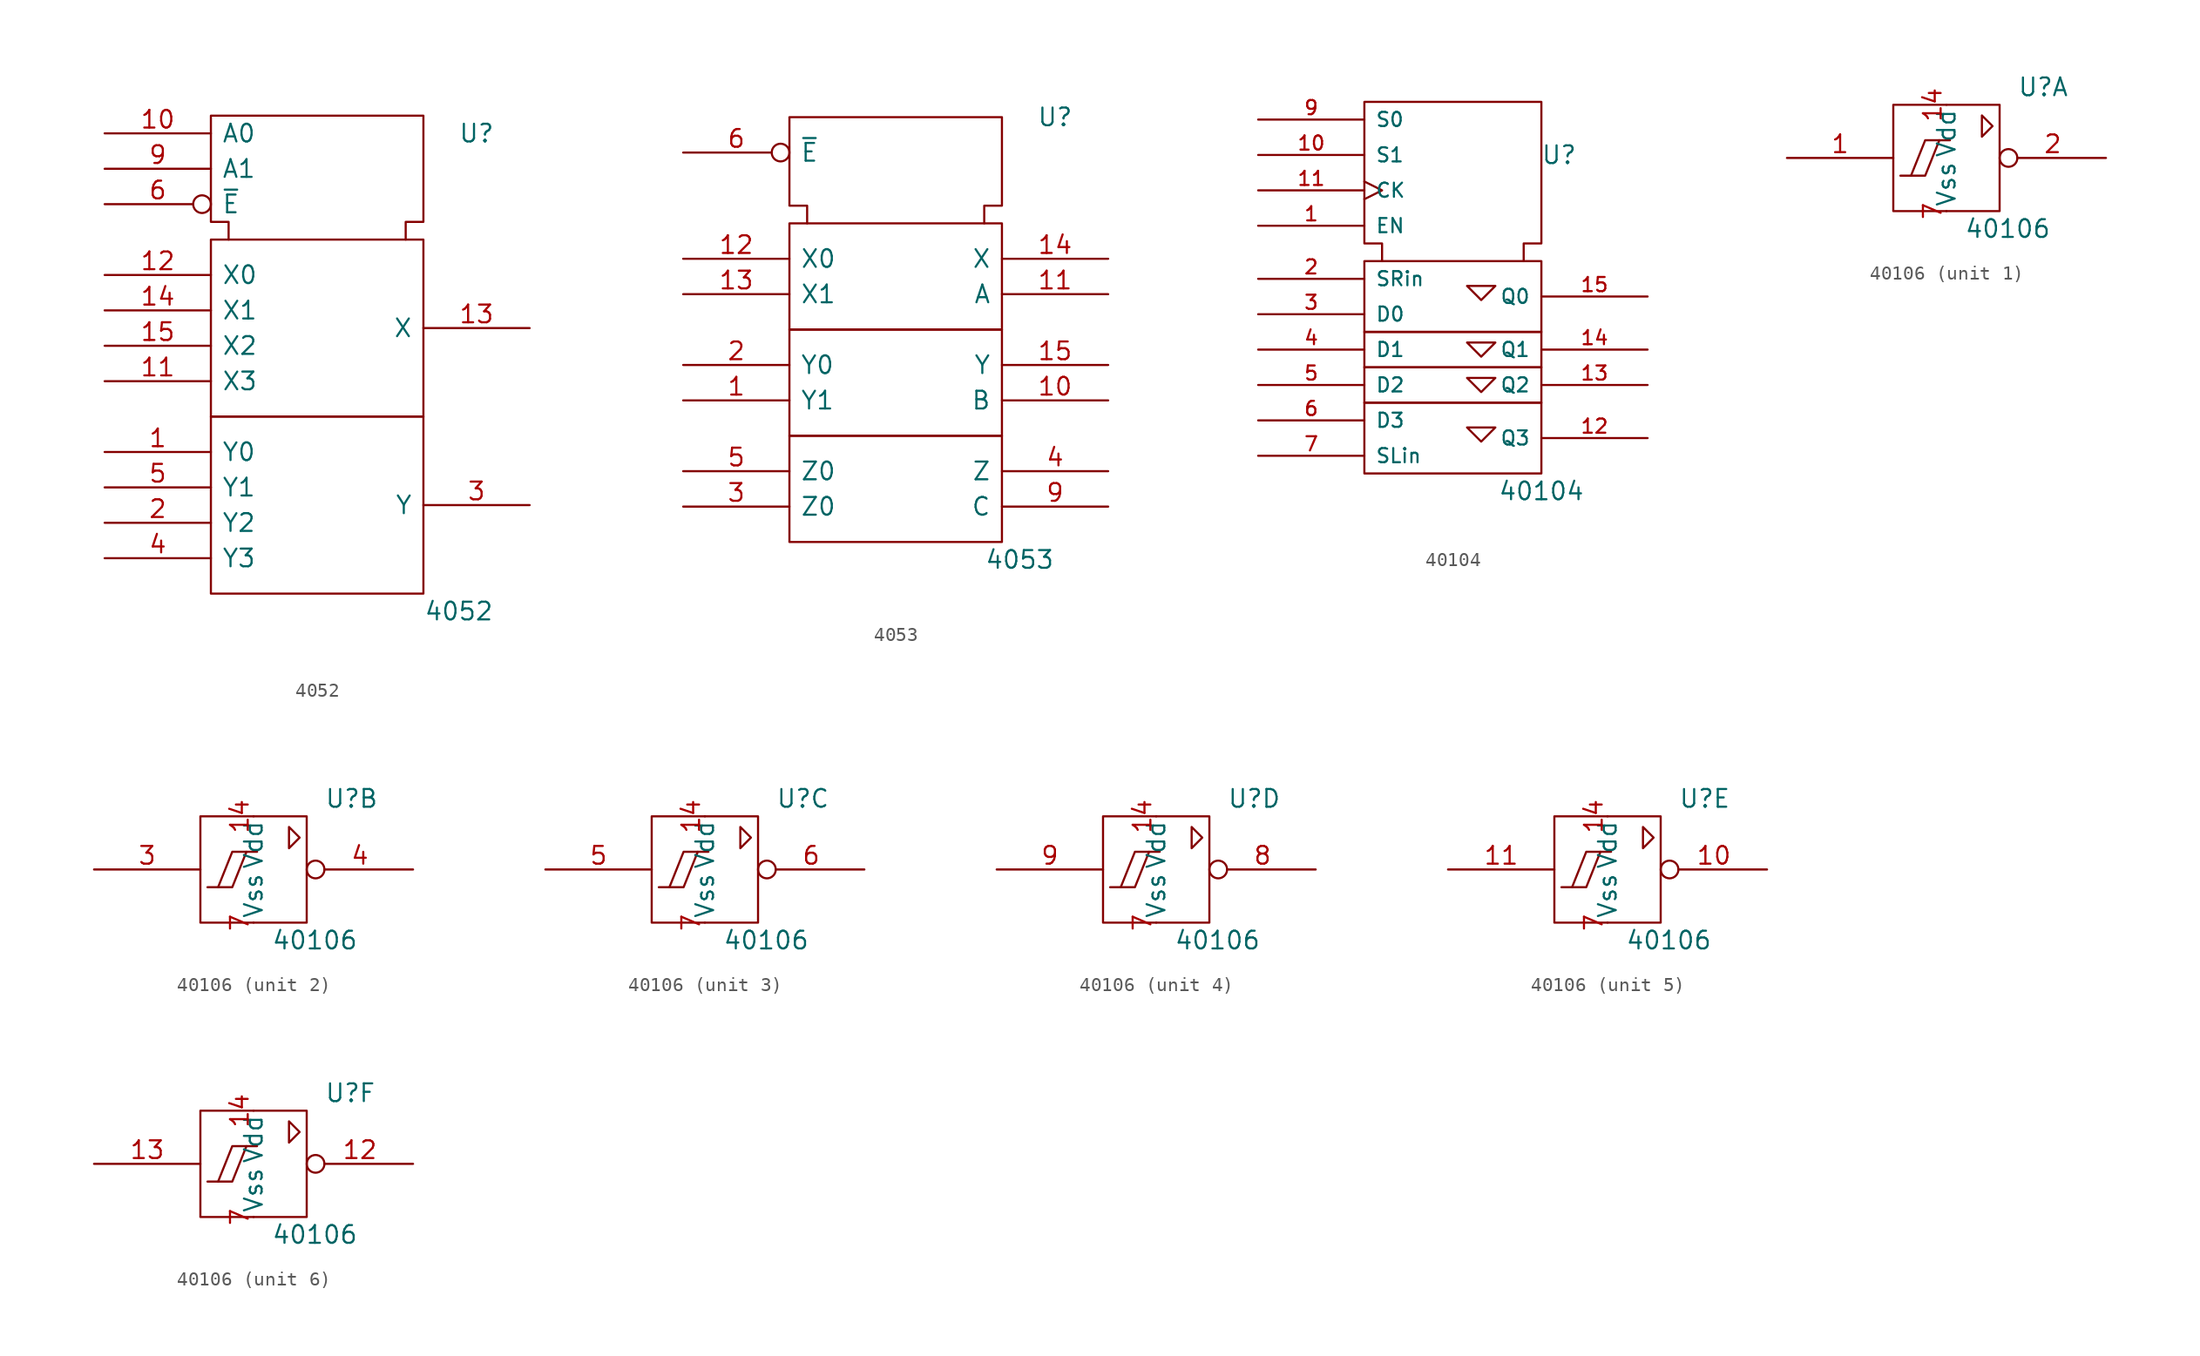
<source format=kicad_sym>
(kicad_symbol_lib
  (version 20201005)
  (generator kicad_symbol_editor)
  (symbol "4xxx_IEEE:4052"
    (pin_names
      (offset 0.762))
    (property "Reference" "U"
      (at 11.43 15.24 0)
      (effects (font (size 1.27 1.27))))
    (property "Value" "4052"
      (at 10.16 -19.05 0)
      (effects (font (size 1.27 1.27))))
    (symbol "4052_0_0"
      (pin power_in line (at 5.08 16.51 270) (length 0) hide (name "Vdd" (effects (font (size 1.27 1.27)))) (number "16" (effects (font (size 1.27 1.27)))))
      (pin power_in line (at 0 16.51 270) (length 0) hide (name "Vss" (effects (font (size 1.27 1.27)))) (number "8" (effects (font (size 1.27 1.27))))))
    (symbol "4052_0_1"
      (rectangle (start -7.62 -5.08) (end 7.62 -17.78) (stroke (width 0)) (fill (type none)))
      (rectangle (start -7.62 7.62) (end 7.62 -5.08) (stroke (width 0)) (fill (type none)))
      (polyline (pts (xy -6.35 7.62) (xy -6.35 8.89) (xy -7.62 8.89) (xy -7.62 16.51) (xy 7.62 16.51) (xy 7.62 8.89) (xy 6.35 8.89) (xy 6.35 7.62) (xy 6.35 7.62)) (stroke (width 0)) (fill (type none))))
    (symbol "4052_1_1"
      (pin passive line (at -15.24 -7.62 0) (length 7.62) (name "Y0" (effects (font (size 1.27 1.27)))) (number "1" (effects (font (size 1.27 1.27)))))
      (pin input line (at -15.24 15.24 0) (length 7.62) (name "A0" (effects (font (size 1.27 1.27)))) (number "10" (effects (font (size 1.27 1.27)))))
      (pin passive line (at -15.24 -2.54 0) (length 7.62) (name "X3" (effects (font (size 1.27 1.27)))) (number "11" (effects (font (size 1.27 1.27)))))
      (pin passive line (at -15.24 5.08 0) (length 7.62) (name "X0" (effects (font (size 1.27 1.27)))) (number "12" (effects (font (size 1.27 1.27)))))
      (pin passive line (at 15.24 1.27 180) (length 7.62) (name "X" (effects (font (size 1.27 1.27)))) (number "13" (effects (font (size 1.27 1.27)))))
      (pin passive line (at -15.24 2.54 0) (length 7.62) (name "X1" (effects (font (size 1.27 1.27)))) (number "14" (effects (font (size 1.27 1.27)))))
      (pin passive line (at -15.24 0 0) (length 7.62) (name "X2" (effects (font (size 1.27 1.27)))) (number "15" (effects (font (size 1.27 1.27)))))
      (pin passive line (at -15.24 -12.7 0) (length 7.62) (name "Y2" (effects (font (size 1.27 1.27)))) (number "2" (effects (font (size 1.27 1.27)))))
      (pin passive line (at 15.24 -11.43 180) (length 7.62) (name "Y" (effects (font (size 1.27 1.27)))) (number "3" (effects (font (size 1.27 1.27)))))
      (pin passive line (at -15.24 -15.24 0) (length 7.62) (name "Y3" (effects (font (size 1.27 1.27)))) (number "4" (effects (font (size 1.27 1.27)))))
      (pin passive line (at -15.24 -10.16 0) (length 7.62) (name "Y1" (effects (font (size 1.27 1.27)))) (number "5" (effects (font (size 1.27 1.27)))))
      (pin input inverted (at -15.24 10.16 0) (length 7.62) (name "~E" (effects (font (size 1.27 1.27)))) (number "6" (effects (font (size 1.27 1.27)))))
      (pin power_in line (at 2.54 16.51 270) (length 0) hide (name "VEE" (effects (font (size 1.27 1.27)))) (number "7" (effects (font (size 1.27 1.27)))))
      (pin input line (at -15.24 12.7 0) (length 7.62) (name "A1" (effects (font (size 1.27 1.27)))) (number "9" (effects (font (size 1.27 1.27)))))))
  (symbol "4xxx_IEEE:4053"
    (pin_names
      (offset 0.762))
    (property "Reference" "U"
      (at 11.43 13.97 0)
      (effects (font (size 1.27 1.27))))
    (property "Value" "4053"
      (at 8.89 -17.78 0)
      (effects (font (size 1.27 1.27))))
    (symbol "4053_0_0"
      (pin power_in line (at 5.08 13.97 270) (length 0) hide (name "VDD" (effects (font (size 1.27 1.27)))) (number "16" (effects (font (size 1.27 1.27)))))
      (pin power_in line (at 0 13.97 270) (length 0) hide (name "VSS" (effects (font (size 1.27 1.27)))) (number "8" (effects (font (size 1.27 1.27))))))
    (symbol "4053_0_1"
      (rectangle (start -7.62 -8.89) (end 7.62 -16.51) (stroke (width 0)) (fill (type none)))
      (rectangle (start -7.62 -1.27) (end 7.62 -8.89) (stroke (width 0)) (fill (type none)))
      (rectangle (start -7.62 6.35) (end 7.62 -1.27) (stroke (width 0)) (fill (type none)))
      (polyline (pts (xy -6.35 6.35) (xy -6.35 7.62) (xy -7.62 7.62) (xy -7.62 13.97) (xy 7.62 13.97) (xy 7.62 7.62) (xy 6.35 7.62) (xy 6.35 6.35) (xy 6.35 6.35)) (stroke (width 0)) (fill (type none))))
    (symbol "4053_1_1"
      (pin passive line (at -15.24 -6.35 0) (length 7.62) (name "Y1" (effects (font (size 1.27 1.27)))) (number "1" (effects (font (size 1.27 1.27)))))
      (pin input line (at 15.24 -6.35 180) (length 7.62) (name "B" (effects (font (size 1.27 1.27)))) (number "10" (effects (font (size 1.27 1.27)))))
      (pin input line (at 15.24 1.27 180) (length 7.62) (name "A" (effects (font (size 1.27 1.27)))) (number "11" (effects (font (size 1.27 1.27)))))
      (pin passive line (at -15.24 3.81 0) (length 7.62) (name "X0" (effects (font (size 1.27 1.27)))) (number "12" (effects (font (size 1.27 1.27)))))
      (pin passive line (at -15.24 1.27 0) (length 7.62) (name "X1" (effects (font (size 1.27 1.27)))) (number "13" (effects (font (size 1.27 1.27)))))
      (pin passive line (at 15.24 3.81 180) (length 7.62) (name "X" (effects (font (size 1.27 1.27)))) (number "14" (effects (font (size 1.27 1.27)))))
      (pin passive line (at 15.24 -3.81 180) (length 7.62) (name "Y" (effects (font (size 1.27 1.27)))) (number "15" (effects (font (size 1.27 1.27)))))
      (pin passive line (at -15.24 -3.81 0) (length 7.62) (name "Y0" (effects (font (size 1.27 1.27)))) (number "2" (effects (font (size 1.27 1.27)))))
      (pin passive line (at -15.24 -13.97 0) (length 7.62) (name "Z0" (effects (font (size 1.27 1.27)))) (number "3" (effects (font (size 1.27 1.27)))))
      (pin passive line (at 15.24 -11.43 180) (length 7.62) (name "Z" (effects (font (size 1.27 1.27)))) (number "4" (effects (font (size 1.27 1.27)))))
      (pin passive line (at -15.24 -11.43 0) (length 7.62) (name "Z0" (effects (font (size 1.27 1.27)))) (number "5" (effects (font (size 1.27 1.27)))))
      (pin input inverted (at -15.24 11.43 0) (length 7.62) (name "~E" (effects (font (size 1.27 1.27)))) (number "6" (effects (font (size 1.27 1.27)))))
      (pin power_in line (at 2.54 13.97 270) (length 0) hide (name "VEE" (effects (font (size 1.27 1.27)))) (number "7" (effects (font (size 1.27 1.27)))))
      (pin input line (at 15.24 -13.97 180) (length 7.62) (name "C" (effects (font (size 1.27 1.27)))) (number "9" (effects (font (size 1.27 1.27)))))))
  (symbol "4xxx_IEEE:40104"
    (pin_names
      (offset 0.762))
    (property "Reference" "U"
      (at 7.62 8.89 0)
      (effects (font (size 1.27 1.27))))
    (property "Value" "40104"
      (at 6.35 -15.24 0)
      (effects (font (size 1.27 1.27))))
    (symbol "40104_0_0"
      (rectangle (start -6.35 -8.89) (end 6.35 -13.97) (stroke (width 0)) (fill (type none)))
      (rectangle (start -6.35 -6.35) (end 6.35 -8.89) (stroke (width 0)) (fill (type none))))
    (symbol "40104_0_1"
      (rectangle (start -6.35 -3.81) (end 6.35 -6.35) (stroke (width 0)) (fill (type none)))
      (rectangle (start -6.35 1.27) (end 6.35 -3.81) (stroke (width 0)) (fill (type none)))
      (polyline (pts (xy 1.016 -10.668) (xy 3.048 -10.668) (xy 2.032 -11.684) (xy 1.016 -10.668) (xy 1.016 -10.668)) (stroke (width 0)) (fill (type none)))
      (polyline (pts (xy 1.016 -7.112) (xy 2.032 -8.128) (xy 3.048 -7.112) (xy 1.016 -7.112) (xy 1.016 -7.112)) (stroke (width 0)) (fill (type none)))
      (polyline (pts (xy 1.016 -4.572) (xy 2.032 -5.588) (xy 3.048 -4.572) (xy 1.016 -4.572) (xy 1.016 -4.572)) (stroke (width 0)) (fill (type none)))
      (polyline (pts (xy 1.016 -0.508) (xy 2.032 -1.524) (xy 3.048 -0.508) (xy 1.016 -0.508) (xy 1.016 -0.508)) (stroke (width 0)) (fill (type none)))
      (polyline (pts (xy -5.08 1.27) (xy -5.08 2.54) (xy -6.35 2.54) (xy -6.35 12.7) (xy 6.35 12.7) (xy 6.35 2.54) (xy 5.08 2.54) (xy 5.08 1.27) (xy 5.08 1.27)) (stroke (width 0)) (fill (type none))))
    (symbol "40104_1_1"
      (pin input line (at -13.97 3.81 0) (length 7.62) (name "EN" (effects (font (size 1.016 1.016)))) (number "1" (effects (font (size 1.016 1.016)))))
      (pin input line (at -13.97 8.89 0) (length 7.62) (name "S1" (effects (font (size 1.016 1.016)))) (number "10" (effects (font (size 1.016 1.016)))))
      (pin input clock (at -13.97 6.35 0) (length 7.62) (name "CK" (effects (font (size 1.016 1.016)))) (number "11" (effects (font (size 1.016 1.016)))))
      (pin output line (at 13.97 -11.43 180) (length 7.62) (name "Q3" (effects (font (size 1.016 1.016)))) (number "12" (effects (font (size 1.016 1.016)))))
      (pin output line (at 13.97 -7.62 180) (length 7.62) (name "Q2" (effects (font (size 1.016 1.016)))) (number "13" (effects (font (size 1.016 1.016)))))
      (pin output line (at 13.97 -5.08 180) (length 7.62) (name "Q1" (effects (font (size 1.016 1.016)))) (number "14" (effects (font (size 1.016 1.016)))))
      (pin output line (at 13.97 -1.27 180) (length 7.62) (name "Q0" (effects (font (size 1.016 1.016)))) (number "15" (effects (font (size 1.016 1.016)))))
      (pin power_in line (at 3.81 12.7 270) (length 0) hide (name "Vdd" (effects (font (size 1.016 1.016)))) (number "16" (effects (font (size 1.016 1.016)))))
      (pin input line (at -13.97 0 0) (length 7.62) (name "SRin" (effects (font (size 1.016 1.016)))) (number "2" (effects (font (size 1.016 1.016)))))
      (pin input line (at -13.97 -2.54 0) (length 7.62) (name "D0" (effects (font (size 1.016 1.016)))) (number "3" (effects (font (size 1.016 1.016)))))
      (pin input line (at -13.97 -5.08 0) (length 7.62) (name "D1" (effects (font (size 1.016 1.016)))) (number "4" (effects (font (size 1.016 1.016)))))
      (pin input line (at -13.97 -7.62 0) (length 7.62) (name "D2" (effects (font (size 1.016 1.016)))) (number "5" (effects (font (size 1.016 1.016)))))
      (pin input line (at -13.97 -10.16 0) (length 7.62) (name "D3" (effects (font (size 1.016 1.016)))) (number "6" (effects (font (size 1.016 1.016)))))
      (pin input line (at -13.97 -12.7 0) (length 7.62) (name "SLin" (effects (font (size 1.016 1.016)))) (number "7" (effects (font (size 1.016 1.016)))))
      (pin power_in line (at 0 12.7 270) (length 0) hide (name "Vss" (effects (font (size 1.016 1.016)))) (number "8" (effects (font (size 1.016 1.016)))))
      (pin input line (at -13.97 11.43 0) (length 7.62) (name "S0" (effects (font (size 1.016 1.016)))) (number "9" (effects (font (size 1.016 1.016)))))))
  (symbol "4xxx_IEEE:40106"
    (pin_names
      (offset 0.254))
    (property "Reference" "U"
      (at 5.08 5.08 0)
      (effects (font (size 1.27 1.27)) (justify left)))
    (property "Value" "40106"
      (at 1.27 -5.08 0)
      (effects (font (size 1.27 1.27)) (justify left)))
    (symbol "40106_0_0"
      (rectangle (start -3.81 3.81) (end 3.81 -3.81) (stroke (width 0)) (fill (type none)))
      (polyline (pts (xy -0.508 1.27) (xy -1.524 -1.27) (xy -2.54 -1.27) (xy -2.54 -1.27)) (stroke (width 0)) (fill (type none)))
      (polyline (pts (xy 0.254 1.27) (xy -1.524 1.27) (xy -2.54 -1.27) (xy -3.302 -1.27) (xy -3.302 -1.27)) (stroke (width 0)) (fill (type none)))
      (polyline (pts (xy 2.54 3.048) (xy 2.54 1.524) (xy 3.302 2.286) (xy 2.54 3.048) (xy 2.54 3.048)) (stroke (width 0)) (fill (type none))))
    (symbol "40106_0_1"
      (pin power_in line (at 0 3.81 270) (length 0) (name "Vdd" (effects (font (size 1.27 1.27)))) (number "14" (effects (font (size 1.27 1.27)))))
      (pin power_in line (at 0 -3.81 90) (length 0) (name "Vss" (effects (font (size 1.27 1.27)))) (number "7" (effects (font (size 1.27 1.27))))))
    (symbol "40106_1_1"
      (pin input line (at -11.43 0 0) (length 7.62) (name "~" (effects (font (size 1.27 1.27)))) (number "1" (effects (font (size 1.27 1.27)))))
      (pin output inverted (at 11.43 0 180) (length 7.62) (name "~" (effects (font (size 1.27 1.27)))) (number "2" (effects (font (size 1.27 1.27))))))
    (symbol "40106_2_1"
      (pin input line (at -11.43 0 0) (length 7.62) (name "~" (effects (font (size 1.27 1.27)))) (number "3" (effects (font (size 1.27 1.27)))))
      (pin output inverted (at 11.43 0 180) (length 7.62) (name "~" (effects (font (size 1.27 1.27)))) (number "4" (effects (font (size 1.27 1.27))))))
    (symbol "40106_3_1"
      (pin input line (at -11.43 0 0) (length 7.62) (name "~" (effects (font (size 1.27 1.27)))) (number "5" (effects (font (size 1.27 1.27)))))
      (pin output inverted (at 11.43 0 180) (length 7.62) (name "~" (effects (font (size 1.27 1.27)))) (number "6" (effects (font (size 1.27 1.27))))))
    (symbol "40106_4_1"
      (pin output inverted (at 11.43 0 180) (length 7.62) (name "~" (effects (font (size 1.27 1.27)))) (number "8" (effects (font (size 1.27 1.27)))))
      (pin input line (at -11.43 0 0) (length 7.62) (name "~" (effects (font (size 1.27 1.27)))) (number "9" (effects (font (size 1.27 1.27))))))
    (symbol "40106_5_1"
      (pin output inverted (at 11.43 0 180) (length 7.62) (name "~" (effects (font (size 1.27 1.27)))) (number "10" (effects (font (size 1.27 1.27)))))
      (pin input line (at -11.43 0 0) (length 7.62) (name "~" (effects (font (size 1.27 1.27)))) (number "11" (effects (font (size 1.27 1.27))))))
    (symbol "40106_6_1"
      (pin output inverted (at 11.43 0 180) (length 7.62) (name "~" (effects (font (size 1.27 1.27)))) (number "12" (effects (font (size 1.27 1.27)))))
      (pin input line (at -11.43 0 0) (length 7.62) (name "~" (effects (font (size 1.27 1.27)))) (number "13" (effects (font (size 1.27 1.27))))))))
</source>
